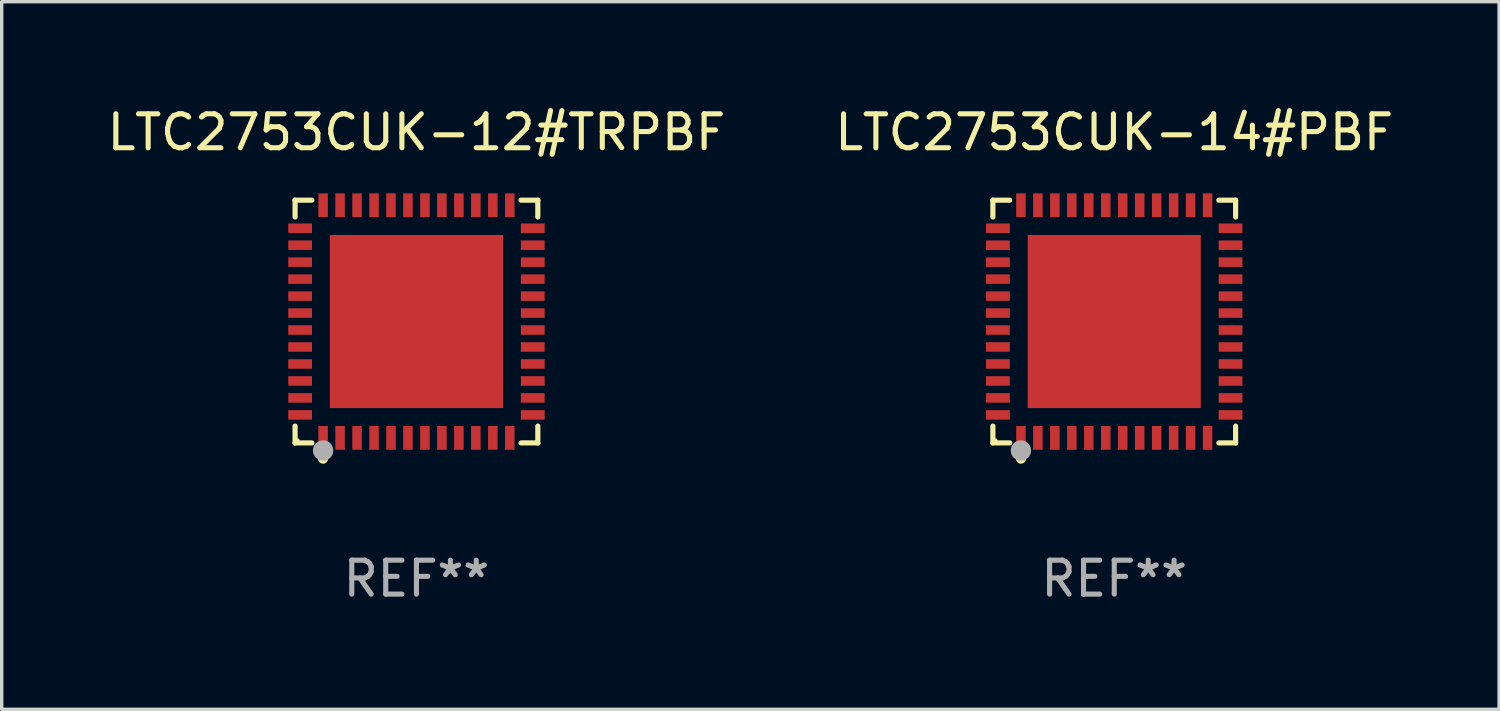
<source format=kicad_pcb>
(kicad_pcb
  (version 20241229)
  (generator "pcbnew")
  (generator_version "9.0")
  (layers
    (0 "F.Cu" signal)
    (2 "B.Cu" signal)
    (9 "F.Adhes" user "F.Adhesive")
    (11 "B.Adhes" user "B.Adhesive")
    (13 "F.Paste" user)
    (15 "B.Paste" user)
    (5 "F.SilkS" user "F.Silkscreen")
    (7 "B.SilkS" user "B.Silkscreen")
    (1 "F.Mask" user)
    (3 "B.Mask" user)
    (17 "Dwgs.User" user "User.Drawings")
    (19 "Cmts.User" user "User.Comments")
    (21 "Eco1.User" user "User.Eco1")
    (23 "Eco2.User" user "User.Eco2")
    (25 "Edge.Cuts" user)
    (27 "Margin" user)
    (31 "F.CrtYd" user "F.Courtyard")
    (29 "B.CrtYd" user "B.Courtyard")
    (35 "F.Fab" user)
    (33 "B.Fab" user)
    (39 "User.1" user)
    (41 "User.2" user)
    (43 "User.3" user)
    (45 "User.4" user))
  (footprint "LTC2753CUK-14#PBF"
    (layer "F.Cu")
    (at 29.78 6.424)
    (property "Reference" "LTC2753CUK-14#PBF" (at 0 -5.576 0) (layer "F.SilkS") (effects (font (size 1 1) (thickness 0.15))))
    (attr through_hole)
    (fp_line (start -3.576 -3.576) (end -3.081 -3.576) (stroke (width 0.152) (type solid)) (layer "F.SilkS"))
    (fp_line (start -3.576 -3.081) (end -3.576 -3.576) (stroke (width 0.152) (type solid)) (layer "F.SilkS"))
    (fp_line (start -3.576 3.081) (end -3.576 3.576) (stroke (width 0.152) (type solid)) (layer "F.SilkS"))
    (fp_line (start -3.576 3.576) (end -3.081 3.576) (stroke (width 0.152) (type solid)) (layer "F.SilkS"))
    (fp_line (start 3.576 -3.576) (end 3.081 -3.576) (stroke (width 0.152) (type solid)) (layer "F.SilkS"))
    (fp_line (start 3.576 -3.081) (end 3.576 -3.576) (stroke (width 0.152) (type solid)) (layer "F.SilkS"))
    (fp_line (start 3.576 3.081) (end 3.576 3.576) (stroke (width 0.152) (type solid)) (layer "F.SilkS"))
    (fp_line (start 3.576 3.576) (end 3.081 3.576) (stroke (width 0.152) (type solid)) (layer "F.SilkS"))
    (fp_circle (center -3.5 3.5) (end -3.47 3.5) (stroke (width 0.06) (type solid)) (fill no) (layer "F.SilkS"))
    (fp_circle (center -2.75 4.04) (end -2.675 4.04) (stroke (width 0.15) (type solid)) (fill no) (layer "F.SilkS"))
    (fp_circle (center -2.75 3.8) (end -2.6 3.8) (stroke (width 0.3) (type solid)) (fill no) (layer "F.Fab"))
    (fp_text user "REF**" (at 0 7.576 0) (layer "F.Fab") (effects (font (size 1 1) (thickness 0.15))))
    (pad "1" smd rect (at -2.75 3.427) (size 0.28 0.7) (layers "F.Cu" "F.Mask" "F.Paste"))
    (pad "2" smd rect (at -2.25 3.427) (size 0.28 0.7) (layers "F.Cu" "F.Mask" "F.Paste"))
    (pad "3" smd rect (at -1.75 3.427) (size 0.28 0.7) (layers "F.Cu" "F.Mask" "F.Paste"))
    (pad "4" smd rect (at -1.25 3.427) (size 0.28 0.7) (layers "F.Cu" "F.Mask" "F.Paste"))
    (pad "5" smd rect (at -0.75 3.427) (size 0.28 0.7) (layers "F.Cu" "F.Mask" "F.Paste"))
    (pad "6" smd rect (at -0.25 3.427) (size 0.28 0.7) (layers "F.Cu" "F.Mask" "F.Paste"))
    (pad "7" smd rect (at 0.25 3.427) (size 0.28 0.7) (layers "F.Cu" "F.Mask" "F.Paste"))
    (pad "8" smd rect (at 0.75 3.427) (size 0.28 0.7) (layers "F.Cu" "F.Mask" "F.Paste"))
    (pad "9" smd rect (at 1.25 3.427) (size 0.28 0.7) (layers "F.Cu" "F.Mask" "F.Paste"))
    (pad "10" smd rect (at 1.75 3.427) (size 0.28 0.7) (layers "F.Cu" "F.Mask" "F.Paste"))
    (pad "11" smd rect (at 2.25 3.427) (size 0.28 0.7) (layers "F.Cu" "F.Mask" "F.Paste"))
    (pad "12" smd rect (at 2.75 3.427) (size 0.28 0.7) (layers "F.Cu" "F.Mask" "F.Paste"))
    (pad "13" smd rect (at 3.427 2.75) (size 0.7 0.28) (layers "F.Cu" "F.Mask" "F.Paste"))
    (pad "14" smd rect (at 3.427 2.25) (size 0.7 0.28) (layers "F.Cu" "F.Mask" "F.Paste"))
    (pad "15" smd rect (at 3.427 1.75) (size 0.7 0.28) (layers "F.Cu" "F.Mask" "F.Paste"))
    (pad "16" smd rect (at 3.427 1.25) (size 0.7 0.28) (layers "F.Cu" "F.Mask" "F.Paste"))
    (pad "17" smd rect (at 3.427 0.75) (size 0.7 0.28) (layers "F.Cu" "F.Mask" "F.Paste"))
    (pad "18" smd rect (at 3.427 0.25) (size 0.7 0.28) (layers "F.Cu" "F.Mask" "F.Paste"))
    (pad "19" smd rect (at 3.427 -0.25) (size 0.7 0.28) (layers "F.Cu" "F.Mask" "F.Paste"))
    (pad "20" smd rect (at 3.427 -0.75) (size 0.7 0.28) (layers "F.Cu" "F.Mask" "F.Paste"))
    (pad "21" smd rect (at 3.427 -1.25) (size 0.7 0.28) (layers "F.Cu" "F.Mask" "F.Paste"))
    (pad "22" smd rect (at 3.427 -1.75) (size 0.7 0.28) (layers "F.Cu" "F.Mask" "F.Paste"))
    (pad "23" smd rect (at 3.427 -2.25) (size 0.7 0.28) (layers "F.Cu" "F.Mask" "F.Paste"))
    (pad "24" smd rect (at 3.427 -2.75) (size 0.7 0.28) (layers "F.Cu" "F.Mask" "F.Paste"))
    (pad "25" smd rect (at 2.75 -3.427) (size 0.28 0.7) (layers "F.Cu" "F.Mask" "F.Paste"))
    (pad "26" smd rect (at 2.25 -3.427) (size 0.28 0.7) (layers "F.Cu" "F.Mask" "F.Paste"))
    (pad "27" smd rect (at 1.75 -3.427) (size 0.28 0.7) (layers "F.Cu" "F.Mask" "F.Paste"))
    (pad "28" smd rect (at 1.25 -3.427) (size 0.28 0.7) (layers "F.Cu" "F.Mask" "F.Paste"))
    (pad "29" smd rect (at 0.75 -3.427) (size 0.28 0.7) (layers "F.Cu" "F.Mask" "F.Paste"))
    (pad "30" smd rect (at 0.25 -3.427) (size 0.28 0.7) (layers "F.Cu" "F.Mask" "F.Paste"))
    (pad "31" smd rect (at -0.25 -3.427) (size 0.28 0.7) (layers "F.Cu" "F.Mask" "F.Paste"))
    (pad "32" smd rect (at -0.75 -3.427) (size 0.28 0.7) (layers "F.Cu" "F.Mask" "F.Paste"))
    (pad "33" smd rect (at -1.25 -3.427) (size 0.28 0.7) (layers "F.Cu" "F.Mask" "F.Paste"))
    (pad "34" smd rect (at -1.75 -3.427) (size 0.28 0.7) (layers "F.Cu" "F.Mask" "F.Paste"))
    (pad "35" smd rect (at -2.25 -3.427) (size 0.28 0.7) (layers "F.Cu" "F.Mask" "F.Paste"))
    (pad "36" smd rect (at -2.75 -3.427) (size 0.28 0.7) (layers "F.Cu" "F.Mask" "F.Paste"))
    (pad "37" smd rect (at -3.427 -2.75) (size 0.7 0.28) (layers "F.Cu" "F.Mask" "F.Paste"))
    (pad "38" smd rect (at -3.427 -2.25) (size 0.7 0.28) (layers "F.Cu" "F.Mask" "F.Paste"))
    (pad "39" smd rect (at -3.427 -1.75) (size 0.7 0.28) (layers "F.Cu" "F.Mask" "F.Paste"))
    (pad "40" smd rect (at -3.427 -1.25) (size 0.7 0.28) (layers "F.Cu" "F.Mask" "F.Paste"))
    (pad "41" smd rect (at -3.427 -0.75) (size 0.7 0.28) (layers "F.Cu" "F.Mask" "F.Paste"))
    (pad "42" smd rect (at -3.427 -0.25) (size 0.7 0.28) (layers "F.Cu" "F.Mask" "F.Paste"))
    (pad "43" smd rect (at -3.427 0.25) (size 0.7 0.28) (layers "F.Cu" "F.Mask" "F.Paste"))
    (pad "44" smd rect (at -3.427 0.75) (size 0.7 0.28) (layers "F.Cu" "F.Mask" "F.Paste"))
    (pad "45" smd rect (at -3.427 1.25) (size 0.7 0.28) (layers "F.Cu" "F.Mask" "F.Paste"))
    (pad "46" smd rect (at -3.427 1.75) (size 0.7 0.28) (layers "F.Cu" "F.Mask" "F.Paste"))
    (pad "47" smd rect (at -3.427 2.25) (size 0.7 0.28) (layers "F.Cu" "F.Mask" "F.Paste"))
    (pad "48" smd rect (at -3.427 2.75) (size 0.7 0.28) (layers "F.Cu" "F.Mask" "F.Paste"))
    (pad "49" smd rect (at 0 0) (size 5.1 5.1) (layers "F.Cu" "F.Mask" "F.Paste")))
  (footprint "LTC2753CUK-12#TRPBF"
    (layer "F.Cu")
    (at 9.22 6.424)
    (property "Reference" "LTC2753CUK-12#TRPBF" (at 0 -5.576 0) (layer "F.SilkS") (effects (font (size 1 1) (thickness 0.15))))
    (attr through_hole)
    (fp_line (start -3.576 -3.576) (end -3.081 -3.576) (stroke (width 0.152) (type solid)) (layer "F.SilkS"))
    (fp_line (start -3.576 -3.081) (end -3.576 -3.576) (stroke (width 0.152) (type solid)) (layer "F.SilkS"))
    (fp_line (start -3.576 3.081) (end -3.576 3.576) (stroke (width 0.152) (type solid)) (layer "F.SilkS"))
    (fp_line (start -3.576 3.576) (end -3.081 3.576) (stroke (width 0.152) (type solid)) (layer "F.SilkS"))
    (fp_line (start 3.576 -3.576) (end 3.081 -3.576) (stroke (width 0.152) (type solid)) (layer "F.SilkS"))
    (fp_line (start 3.576 -3.081) (end 3.576 -3.576) (stroke (width 0.152) (type solid)) (layer "F.SilkS"))
    (fp_line (start 3.576 3.081) (end 3.576 3.576) (stroke (width 0.152) (type solid)) (layer "F.SilkS"))
    (fp_line (start 3.576 3.576) (end 3.081 3.576) (stroke (width 0.152) (type solid)) (layer "F.SilkS"))
    (fp_circle (center -3.5 3.5) (end -3.47 3.5) (stroke (width 0.06) (type solid)) (fill no) (layer "F.SilkS"))
    (fp_circle (center -2.75 4.04) (end -2.675 4.04) (stroke (width 0.15) (type solid)) (fill no) (layer "F.SilkS"))
    (fp_circle (center -2.75 3.8) (end -2.6 3.8) (stroke (width 0.3) (type solid)) (fill no) (layer "F.Fab"))
    (fp_text user "REF**" (at 0 7.576 0) (layer "F.Fab") (effects (font (size 1 1) (thickness 0.15))))
    (pad "1" smd rect (at -2.75 3.427) (size 0.28 0.7) (layers "F.Cu" "F.Mask" "F.Paste"))
    (pad "2" smd rect (at -2.25 3.427) (size 0.28 0.7) (layers "F.Cu" "F.Mask" "F.Paste"))
    (pad "3" smd rect (at -1.75 3.427) (size 0.28 0.7) (layers "F.Cu" "F.Mask" "F.Paste"))
    (pad "4" smd rect (at -1.25 3.427) (size 0.28 0.7) (layers "F.Cu" "F.Mask" "F.Paste"))
    (pad "5" smd rect (at -0.75 3.427) (size 0.28 0.7) (layers "F.Cu" "F.Mask" "F.Paste"))
    (pad "6" smd rect (at -0.25 3.427) (size 0.28 0.7) (layers "F.Cu" "F.Mask" "F.Paste"))
    (pad "7" smd rect (at 0.25 3.427) (size 0.28 0.7) (layers "F.Cu" "F.Mask" "F.Paste"))
    (pad "8" smd rect (at 0.75 3.427) (size 0.28 0.7) (layers "F.Cu" "F.Mask" "F.Paste"))
    (pad "9" smd rect (at 1.25 3.427) (size 0.28 0.7) (layers "F.Cu" "F.Mask" "F.Paste"))
    (pad "10" smd rect (at 1.75 3.427) (size 0.28 0.7) (layers "F.Cu" "F.Mask" "F.Paste"))
    (pad "11" smd rect (at 2.25 3.427) (size 0.28 0.7) (layers "F.Cu" "F.Mask" "F.Paste"))
    (pad "12" smd rect (at 2.75 3.427) (size 0.28 0.7) (layers "F.Cu" "F.Mask" "F.Paste"))
    (pad "13" smd rect (at 3.427 2.75) (size 0.7 0.28) (layers "F.Cu" "F.Mask" "F.Paste"))
    (pad "14" smd rect (at 3.427 2.25) (size 0.7 0.28) (layers "F.Cu" "F.Mask" "F.Paste"))
    (pad "15" smd rect (at 3.427 1.75) (size 0.7 0.28) (layers "F.Cu" "F.Mask" "F.Paste"))
    (pad "16" smd rect (at 3.427 1.25) (size 0.7 0.28) (layers "F.Cu" "F.Mask" "F.Paste"))
    (pad "17" smd rect (at 3.427 0.75) (size 0.7 0.28) (layers "F.Cu" "F.Mask" "F.Paste"))
    (pad "18" smd rect (at 3.427 0.25) (size 0.7 0.28) (layers "F.Cu" "F.Mask" "F.Paste"))
    (pad "19" smd rect (at 3.427 -0.25) (size 0.7 0.28) (layers "F.Cu" "F.Mask" "F.Paste"))
    (pad "20" smd rect (at 3.427 -0.75) (size 0.7 0.28) (layers "F.Cu" "F.Mask" "F.Paste"))
    (pad "21" smd rect (at 3.427 -1.25) (size 0.7 0.28) (layers "F.Cu" "F.Mask" "F.Paste"))
    (pad "22" smd rect (at 3.427 -1.75) (size 0.7 0.28) (layers "F.Cu" "F.Mask" "F.Paste"))
    (pad "23" smd rect (at 3.427 -2.25) (size 0.7 0.28) (layers "F.Cu" "F.Mask" "F.Paste"))
    (pad "24" smd rect (at 3.427 -2.75) (size 0.7 0.28) (layers "F.Cu" "F.Mask" "F.Paste"))
    (pad "25" smd rect (at 2.75 -3.427) (size 0.28 0.7) (layers "F.Cu" "F.Mask" "F.Paste"))
    (pad "26" smd rect (at 2.25 -3.427) (size 0.28 0.7) (layers "F.Cu" "F.Mask" "F.Paste"))
    (pad "27" smd rect (at 1.75 -3.427) (size 0.28 0.7) (layers "F.Cu" "F.Mask" "F.Paste"))
    (pad "28" smd rect (at 1.25 -3.427) (size 0.28 0.7) (layers "F.Cu" "F.Mask" "F.Paste"))
    (pad "29" smd rect (at 0.75 -3.427) (size 0.28 0.7) (layers "F.Cu" "F.Mask" "F.Paste"))
    (pad "30" smd rect (at 0.25 -3.427) (size 0.28 0.7) (layers "F.Cu" "F.Mask" "F.Paste"))
    (pad "31" smd rect (at -0.25 -3.427) (size 0.28 0.7) (layers "F.Cu" "F.Mask" "F.Paste"))
    (pad "32" smd rect (at -0.75 -3.427) (size 0.28 0.7) (layers "F.Cu" "F.Mask" "F.Paste"))
    (pad "33" smd rect (at -1.25 -3.427) (size 0.28 0.7) (layers "F.Cu" "F.Mask" "F.Paste"))
    (pad "34" smd rect (at -1.75 -3.427) (size 0.28 0.7) (layers "F.Cu" "F.Mask" "F.Paste"))
    (pad "35" smd rect (at -2.25 -3.427) (size 0.28 0.7) (layers "F.Cu" "F.Mask" "F.Paste"))
    (pad "36" smd rect (at -2.75 -3.427) (size 0.28 0.7) (layers "F.Cu" "F.Mask" "F.Paste"))
    (pad "37" smd rect (at -3.427 -2.75) (size 0.7 0.28) (layers "F.Cu" "F.Mask" "F.Paste"))
    (pad "38" smd rect (at -3.427 -2.25) (size 0.7 0.28) (layers "F.Cu" "F.Mask" "F.Paste"))
    (pad "39" smd rect (at -3.427 -1.75) (size 0.7 0.28) (layers "F.Cu" "F.Mask" "F.Paste"))
    (pad "40" smd rect (at -3.427 -1.25) (size 0.7 0.28) (layers "F.Cu" "F.Mask" "F.Paste"))
    (pad "41" smd rect (at -3.427 -0.75) (size 0.7 0.28) (layers "F.Cu" "F.Mask" "F.Paste"))
    (pad "42" smd rect (at -3.427 -0.25) (size 0.7 0.28) (layers "F.Cu" "F.Mask" "F.Paste"))
    (pad "43" smd rect (at -3.427 0.25) (size 0.7 0.28) (layers "F.Cu" "F.Mask" "F.Paste"))
    (pad "44" smd rect (at -3.427 0.75) (size 0.7 0.28) (layers "F.Cu" "F.Mask" "F.Paste"))
    (pad "45" smd rect (at -3.427 1.25) (size 0.7 0.28) (layers "F.Cu" "F.Mask" "F.Paste"))
    (pad "46" smd rect (at -3.427 1.75) (size 0.7 0.28) (layers "F.Cu" "F.Mask" "F.Paste"))
    (pad "47" smd rect (at -3.427 2.25) (size 0.7 0.28) (layers "F.Cu" "F.Mask" "F.Paste"))
    (pad "48" smd rect (at -3.427 2.75) (size 0.7 0.28) (layers "F.Cu" "F.Mask" "F.Paste"))
    (pad "49" smd rect (at 0 0) (size 5.1 5.1) (layers "F.Cu" "F.Mask" "F.Paste")))
  (gr_rect
    (start -3 -3)
    (end 41.119 17.849)
    (stroke (width 0.1) (type default))
    (fill no)
    (layer "Edge.Cuts")))
</source>
